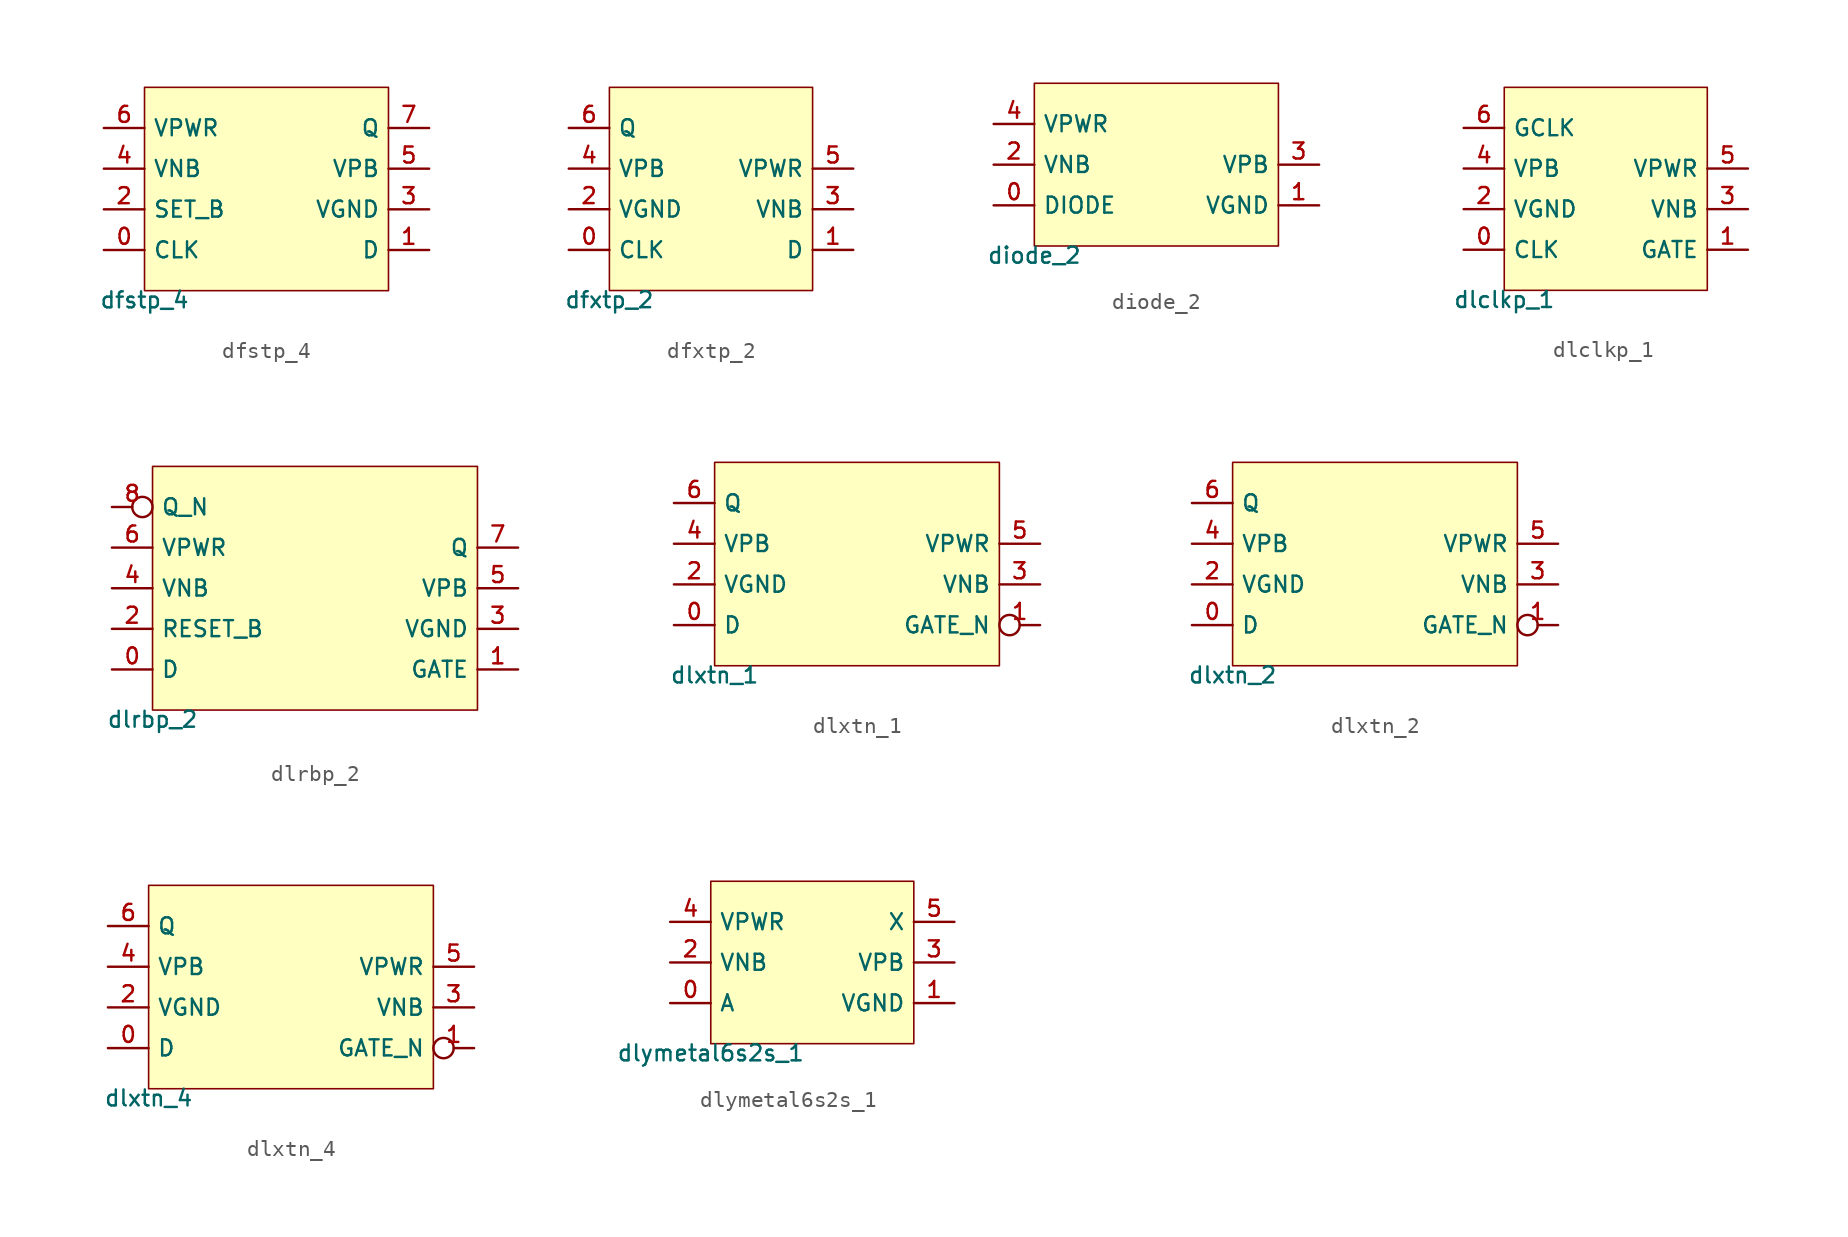
<source format=kicad_sym>
(kicad_symbol_lib
  (version 20211014)
  (generator pdk2kicad)
  (symbol "dfstp_4"
    (property "Reference" "X"
      (at 0 0 0)
      (effects (font (size 1 1)) hide))
    (property "Value" "dfstp_4"
      (at -7.62 -6.35 0)
      (effects (font (size 1 1)) (justify top)))
    (rectangle
      (start -7.62 -6.35)
      (end 7.62 6.35)
      (stroke (width 0.1) (type solid) (color 0 0 0 0))
      (fill (type background)))
    (pin bidirectional line
      (at -10.16 -3.81 0)
      (length 2.54)
      (name "CLK" (effects (font (size 1 1)) hide))
      (number "0" (effects (font (size 1 1)) hide)))
    (pin bidirectional line
      (at 10.16 -3.81 180)
      (length 2.54)
      (name "D" (effects (font (size 1 1)) hide))
      (number "1" (effects (font (size 1 1)) hide)))
    (pin bidirectional line
      (at -10.16 -1.27 0)
      (length 2.54)
      (name "SET_B" (effects (font (size 1 1)) hide))
      (number "2" (effects (font (size 1 1)) hide)))
    (pin bidirectional line
      (at 10.16 -1.27 180)
      (length 2.54)
      (name "VGND" (effects (font (size 1 1)) hide))
      (number "3" (effects (font (size 1 1)) hide)))
    (pin bidirectional line
      (at -10.16 1.27 0)
      (length 2.54)
      (name "VNB" (effects (font (size 1 1)) hide))
      (number "4" (effects (font (size 1 1)) hide)))
    (pin bidirectional line
      (at 10.16 1.27 180)
      (length 2.54)
      (name "VPB" (effects (font (size 1 1)) hide))
      (number "5" (effects (font (size 1 1)) hide)))
    (pin bidirectional line
      (at -10.16 3.81 0)
      (length 2.54)
      (name "VPWR" (effects (font (size 1 1)) hide))
      (number "6" (effects (font (size 1 1)) hide)))
    (pin bidirectional line
      (at 10.16 3.81 180)
      (length 2.54)
      (name "Q" (effects (font (size 1 1)) hide))
      (number "7" (effects (font (size 1 1)) hide))))
  (symbol "dfxtp_2"
    (property "Reference" "X"
      (at 0 0 0)
      (effects (font (size 1 1)) hide))
    (property "Value" "dfxtp_2"
      (at -6.35 -6.35 0)
      (effects (font (size 1 1)) (justify top)))
    (rectangle
      (start -6.35 -6.35)
      (end 6.35 6.35)
      (stroke (width 0.1) (type solid) (color 0 0 0 0))
      (fill (type background)))
    (pin bidirectional line
      (at -8.89 -3.81 0)
      (length 2.54)
      (name "CLK" (effects (font (size 1 1)) hide))
      (number "0" (effects (font (size 1 1)) hide)))
    (pin bidirectional line
      (at 8.89 -3.81 180)
      (length 2.54)
      (name "D" (effects (font (size 1 1)) hide))
      (number "1" (effects (font (size 1 1)) hide)))
    (pin bidirectional line
      (at -8.89 -1.27 0)
      (length 2.54)
      (name "VGND" (effects (font (size 1 1)) hide))
      (number "2" (effects (font (size 1 1)) hide)))
    (pin bidirectional line
      (at 8.89 -1.27 180)
      (length 2.54)
      (name "VNB" (effects (font (size 1 1)) hide))
      (number "3" (effects (font (size 1 1)) hide)))
    (pin bidirectional line
      (at -8.89 1.27 0)
      (length 2.54)
      (name "VPB" (effects (font (size 1 1)) hide))
      (number "4" (effects (font (size 1 1)) hide)))
    (pin bidirectional line
      (at 8.89 1.27 180)
      (length 2.54)
      (name "VPWR" (effects (font (size 1 1)) hide))
      (number "5" (effects (font (size 1 1)) hide)))
    (pin bidirectional line
      (at -8.89 3.81 0)
      (length 2.54)
      (name "Q" (effects (font (size 1 1)) hide))
      (number "6" (effects (font (size 1 1)) hide))))
  (symbol "diode_2"
    (property "Reference" "X"
      (at 0 0 0)
      (effects (font (size 1 1)) hide))
    (property "Value" "diode_2"
      (at -7.62 -5.08 0)
      (effects (font (size 1 1)) (justify top)))
    (rectangle
      (start -7.62 -5.08)
      (end 7.62 5.08)
      (stroke (width 0.1) (type solid) (color 0 0 0 0))
      (fill (type background)))
    (pin bidirectional line
      (at -10.16 -2.54 0)
      (length 2.54)
      (name "DIODE" (effects (font (size 1 1)) hide))
      (number "0" (effects (font (size 1 1)) hide)))
    (pin bidirectional line
      (at 10.16 -2.54 180)
      (length 2.54)
      (name "VGND" (effects (font (size 1 1)) hide))
      (number "1" (effects (font (size 1 1)) hide)))
    (pin bidirectional line
      (at -10.16 0.0 0)
      (length 2.54)
      (name "VNB" (effects (font (size 1 1)) hide))
      (number "2" (effects (font (size 1 1)) hide)))
    (pin bidirectional line
      (at 10.16 0.0 180)
      (length 2.54)
      (name "VPB" (effects (font (size 1 1)) hide))
      (number "3" (effects (font (size 1 1)) hide)))
    (pin bidirectional line
      (at -10.16 2.54 0)
      (length 2.54)
      (name "VPWR" (effects (font (size 1 1)) hide))
      (number "4" (effects (font (size 1 1)) hide))))
  (symbol "dlclkp_1"
    (property "Reference" "X"
      (at 0 0 0)
      (effects (font (size 1 1)) hide))
    (property "Value" "dlclkp_1"
      (at -6.35 -6.35 0)
      (effects (font (size 1 1)) (justify top)))
    (rectangle
      (start -6.35 -6.35)
      (end 6.35 6.35)
      (stroke (width 0.1) (type solid) (color 0 0 0 0))
      (fill (type background)))
    (pin bidirectional line
      (at -8.89 -3.81 0)
      (length 2.54)
      (name "CLK" (effects (font (size 1 1)) hide))
      (number "0" (effects (font (size 1 1)) hide)))
    (pin bidirectional line
      (at 8.89 -3.81 180)
      (length 2.54)
      (name "GATE" (effects (font (size 1 1)) hide))
      (number "1" (effects (font (size 1 1)) hide)))
    (pin bidirectional line
      (at -8.89 -1.27 0)
      (length 2.54)
      (name "VGND" (effects (font (size 1 1)) hide))
      (number "2" (effects (font (size 1 1)) hide)))
    (pin bidirectional line
      (at 8.89 -1.27 180)
      (length 2.54)
      (name "VNB" (effects (font (size 1 1)) hide))
      (number "3" (effects (font (size 1 1)) hide)))
    (pin bidirectional line
      (at -8.89 1.27 0)
      (length 2.54)
      (name "VPB" (effects (font (size 1 1)) hide))
      (number "4" (effects (font (size 1 1)) hide)))
    (pin bidirectional line
      (at 8.89 1.27 180)
      (length 2.54)
      (name "VPWR" (effects (font (size 1 1)) hide))
      (number "5" (effects (font (size 1 1)) hide)))
    (pin bidirectional line
      (at -8.89 3.81 0)
      (length 2.54)
      (name "GCLK" (effects (font (size 1 1)) hide))
      (number "6" (effects (font (size 1 1)) hide))))
  (symbol "dlrbp_2"
    (property "Reference" "X"
      (at 0 0 0)
      (effects (font (size 1 1)) hide))
    (property "Value" "dlrbp_2"
      (at -10.16 -7.62 0)
      (effects (font (size 1 1)) (justify top)))
    (rectangle
      (start -10.16 -7.62)
      (end 10.16 7.62)
      (stroke (width 0.1) (type solid) (color 0 0 0 0))
      (fill (type background)))
    (pin bidirectional line
      (at -12.7 -5.08 0)
      (length 2.54)
      (name "D" (effects (font (size 1 1)) hide))
      (number "0" (effects (font (size 1 1)) hide)))
    (pin bidirectional line
      (at 12.7 -5.08 180)
      (length 2.54)
      (name "GATE" (effects (font (size 1 1)) hide))
      (number "1" (effects (font (size 1 1)) hide)))
    (pin bidirectional line
      (at -12.7 -2.54 0)
      (length 2.54)
      (name "RESET_B" (effects (font (size 1 1)) hide))
      (number "2" (effects (font (size 1 1)) hide)))
    (pin bidirectional line
      (at 12.7 -2.54 180)
      (length 2.54)
      (name "VGND" (effects (font (size 1 1)) hide))
      (number "3" (effects (font (size 1 1)) hide)))
    (pin bidirectional line
      (at -12.7 8.881784197001252e-16 0)
      (length 2.54)
      (name "VNB" (effects (font (size 1 1)) hide))
      (number "4" (effects (font (size 1 1)) hide)))
    (pin bidirectional line
      (at 12.7 8.881784197001252e-16 180)
      (length 2.54)
      (name "VPB" (effects (font (size 1 1)) hide))
      (number "5" (effects (font (size 1 1)) hide)))
    (pin bidirectional line
      (at -12.7 2.54 0)
      (length 2.54)
      (name "VPWR" (effects (font (size 1 1)) hide))
      (number "6" (effects (font (size 1 1)) hide)))
    (pin bidirectional line
      (at 12.7 2.54 180)
      (length 2.54)
      (name "Q" (effects (font (size 1 1)) hide))
      (number "7" (effects (font (size 1 1)) hide)))
    (pin bidirectional inverted
      (at -12.7 5.08 0)
      (length 2.54)
      (name "Q_N" (effects (font (size 1 1)) hide))
      (number "8" (effects (font (size 1 1)) hide))))
  (symbol "dlxtn_1"
    (property "Reference" "X"
      (at 0 0 0)
      (effects (font (size 1 1)) hide))
    (property "Value" "dlxtn_1"
      (at -8.89 -6.35 0)
      (effects (font (size 1 1)) (justify top)))
    (rectangle
      (start -8.89 -6.35)
      (end 8.89 6.35)
      (stroke (width 0.1) (type solid) (color 0 0 0 0))
      (fill (type background)))
    (pin bidirectional line
      (at -11.43 -3.81 0)
      (length 2.54)
      (name "D" (effects (font (size 1 1)) hide))
      (number "0" (effects (font (size 1 1)) hide)))
    (pin bidirectional inverted
      (at 11.43 -3.81 180)
      (length 2.54)
      (name "GATE_N" (effects (font (size 1 1)) hide))
      (number "1" (effects (font (size 1 1)) hide)))
    (pin bidirectional line
      (at -11.43 -1.27 0)
      (length 2.54)
      (name "VGND" (effects (font (size 1 1)) hide))
      (number "2" (effects (font (size 1 1)) hide)))
    (pin bidirectional line
      (at 11.43 -1.27 180)
      (length 2.54)
      (name "VNB" (effects (font (size 1 1)) hide))
      (number "3" (effects (font (size 1 1)) hide)))
    (pin bidirectional line
      (at -11.43 1.27 0)
      (length 2.54)
      (name "VPB" (effects (font (size 1 1)) hide))
      (number "4" (effects (font (size 1 1)) hide)))
    (pin bidirectional line
      (at 11.43 1.27 180)
      (length 2.54)
      (name "VPWR" (effects (font (size 1 1)) hide))
      (number "5" (effects (font (size 1 1)) hide)))
    (pin bidirectional line
      (at -11.43 3.81 0)
      (length 2.54)
      (name "Q" (effects (font (size 1 1)) hide))
      (number "6" (effects (font (size 1 1)) hide))))
  (symbol "dlxtn_2"
    (property "Reference" "X"
      (at 0 0 0)
      (effects (font (size 1 1)) hide))
    (property "Value" "dlxtn_2"
      (at -8.89 -6.35 0)
      (effects (font (size 1 1)) (justify top)))
    (rectangle
      (start -8.89 -6.35)
      (end 8.89 6.35)
      (stroke (width 0.1) (type solid) (color 0 0 0 0))
      (fill (type background)))
    (pin bidirectional line
      (at -11.43 -3.81 0)
      (length 2.54)
      (name "D" (effects (font (size 1 1)) hide))
      (number "0" (effects (font (size 1 1)) hide)))
    (pin bidirectional inverted
      (at 11.43 -3.81 180)
      (length 2.54)
      (name "GATE_N" (effects (font (size 1 1)) hide))
      (number "1" (effects (font (size 1 1)) hide)))
    (pin bidirectional line
      (at -11.43 -1.27 0)
      (length 2.54)
      (name "VGND" (effects (font (size 1 1)) hide))
      (number "2" (effects (font (size 1 1)) hide)))
    (pin bidirectional line
      (at 11.43 -1.27 180)
      (length 2.54)
      (name "VNB" (effects (font (size 1 1)) hide))
      (number "3" (effects (font (size 1 1)) hide)))
    (pin bidirectional line
      (at -11.43 1.27 0)
      (length 2.54)
      (name "VPB" (effects (font (size 1 1)) hide))
      (number "4" (effects (font (size 1 1)) hide)))
    (pin bidirectional line
      (at 11.43 1.27 180)
      (length 2.54)
      (name "VPWR" (effects (font (size 1 1)) hide))
      (number "5" (effects (font (size 1 1)) hide)))
    (pin bidirectional line
      (at -11.43 3.81 0)
      (length 2.54)
      (name "Q" (effects (font (size 1 1)) hide))
      (number "6" (effects (font (size 1 1)) hide))))
  (symbol "dlxtn_4"
    (property "Reference" "X"
      (at 0 0 0)
      (effects (font (size 1 1)) hide))
    (property "Value" "dlxtn_4"
      (at -8.89 -6.35 0)
      (effects (font (size 1 1)) (justify top)))
    (rectangle
      (start -8.89 -6.35)
      (end 8.89 6.35)
      (stroke (width 0.1) (type solid) (color 0 0 0 0))
      (fill (type background)))
    (pin bidirectional line
      (at -11.43 -3.81 0)
      (length 2.54)
      (name "D" (effects (font (size 1 1)) hide))
      (number "0" (effects (font (size 1 1)) hide)))
    (pin bidirectional inverted
      (at 11.43 -3.81 180)
      (length 2.54)
      (name "GATE_N" (effects (font (size 1 1)) hide))
      (number "1" (effects (font (size 1 1)) hide)))
    (pin bidirectional line
      (at -11.43 -1.27 0)
      (length 2.54)
      (name "VGND" (effects (font (size 1 1)) hide))
      (number "2" (effects (font (size 1 1)) hide)))
    (pin bidirectional line
      (at 11.43 -1.27 180)
      (length 2.54)
      (name "VNB" (effects (font (size 1 1)) hide))
      (number "3" (effects (font (size 1 1)) hide)))
    (pin bidirectional line
      (at -11.43 1.27 0)
      (length 2.54)
      (name "VPB" (effects (font (size 1 1)) hide))
      (number "4" (effects (font (size 1 1)) hide)))
    (pin bidirectional line
      (at 11.43 1.27 180)
      (length 2.54)
      (name "VPWR" (effects (font (size 1 1)) hide))
      (number "5" (effects (font (size 1 1)) hide)))
    (pin bidirectional line
      (at -11.43 3.81 0)
      (length 2.54)
      (name "Q" (effects (font (size 1 1)) hide))
      (number "6" (effects (font (size 1 1)) hide))))
  (symbol "dlymetal6s2s_1"
    (property "Reference" "X"
      (at 0 0 0)
      (effects (font (size 1 1)) hide))
    (property "Value" "dlymetal6s2s_1"
      (at -6.35 -5.08 0)
      (effects (font (size 1 1)) (justify top)))
    (rectangle
      (start -6.35 -5.08)
      (end 6.35 5.08)
      (stroke (width 0.1) (type solid) (color 0 0 0 0))
      (fill (type background)))
    (pin bidirectional line
      (at -8.89 -2.54 0)
      (length 2.54)
      (name "A" (effects (font (size 1 1)) hide))
      (number "0" (effects (font (size 1 1)) hide)))
    (pin bidirectional line
      (at 8.89 -2.54 180)
      (length 2.54)
      (name "VGND" (effects (font (size 1 1)) hide))
      (number "1" (effects (font (size 1 1)) hide)))
    (pin bidirectional line
      (at -8.89 0.0 0)
      (length 2.54)
      (name "VNB" (effects (font (size 1 1)) hide))
      (number "2" (effects (font (size 1 1)) hide)))
    (pin bidirectional line
      (at 8.89 0.0 180)
      (length 2.54)
      (name "VPB" (effects (font (size 1 1)) hide))
      (number "3" (effects (font (size 1 1)) hide)))
    (pin bidirectional line
      (at -8.89 2.54 0)
      (length 2.54)
      (name "VPWR" (effects (font (size 1 1)) hide))
      (number "4" (effects (font (size 1 1)) hide)))
    (pin bidirectional line
      (at 8.89 2.54 180)
      (length 2.54)
      (name "X" (effects (font (size 1 1)) hide))
      (number "5" (effects (font (size 1 1)) hide)))))
</source>
